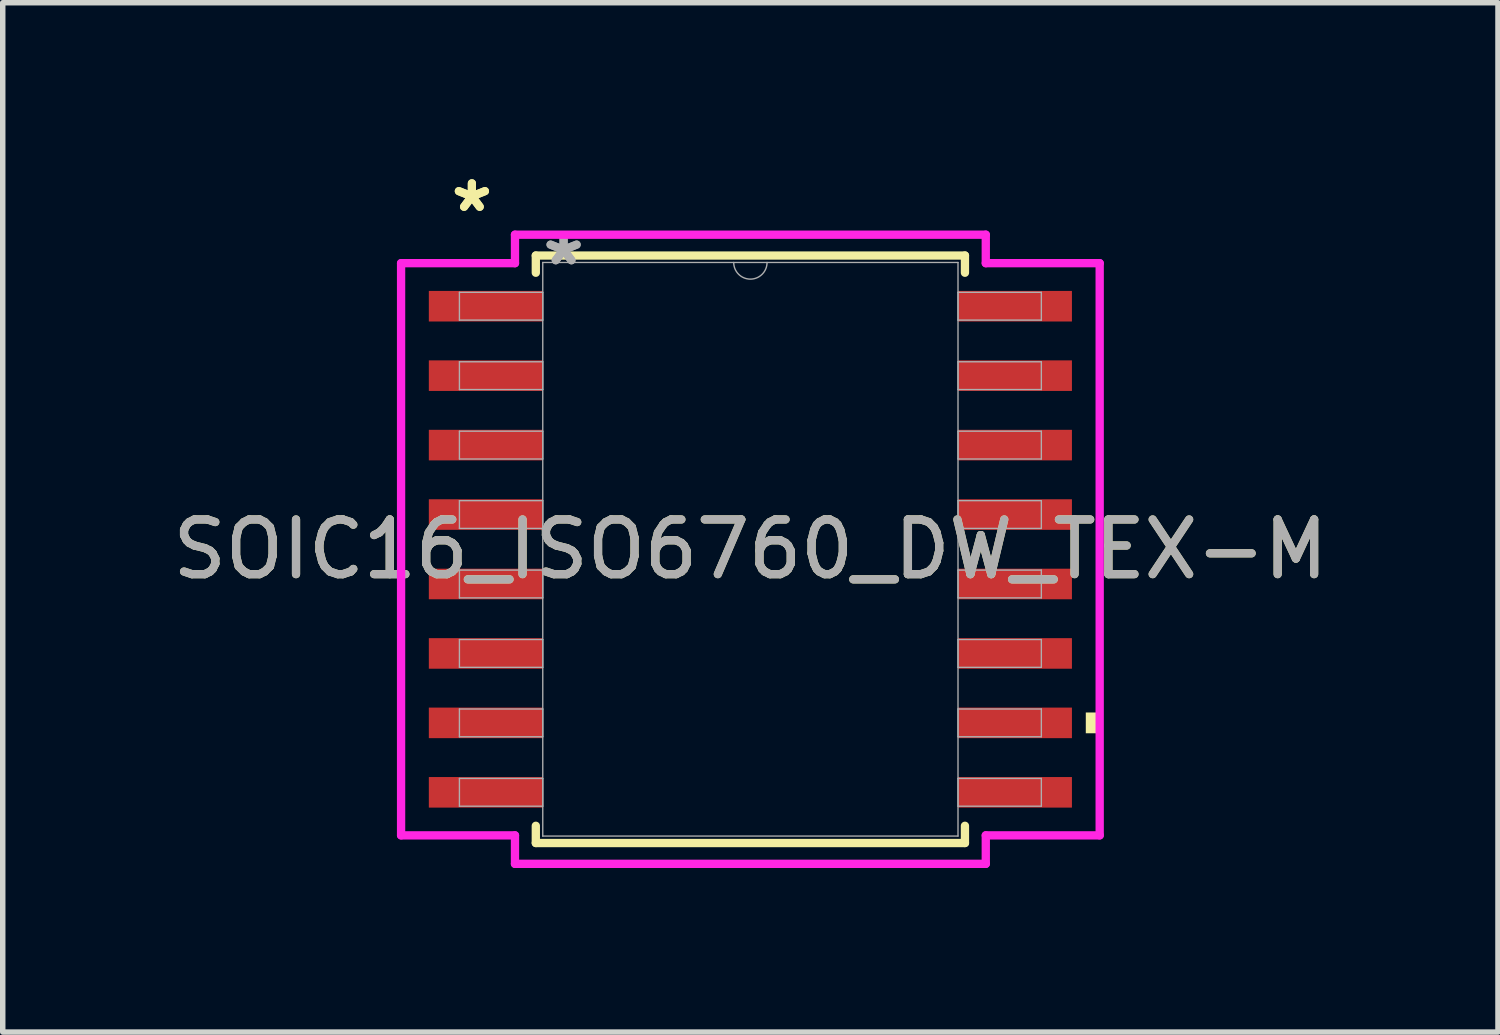
<source format=kicad_pcb>
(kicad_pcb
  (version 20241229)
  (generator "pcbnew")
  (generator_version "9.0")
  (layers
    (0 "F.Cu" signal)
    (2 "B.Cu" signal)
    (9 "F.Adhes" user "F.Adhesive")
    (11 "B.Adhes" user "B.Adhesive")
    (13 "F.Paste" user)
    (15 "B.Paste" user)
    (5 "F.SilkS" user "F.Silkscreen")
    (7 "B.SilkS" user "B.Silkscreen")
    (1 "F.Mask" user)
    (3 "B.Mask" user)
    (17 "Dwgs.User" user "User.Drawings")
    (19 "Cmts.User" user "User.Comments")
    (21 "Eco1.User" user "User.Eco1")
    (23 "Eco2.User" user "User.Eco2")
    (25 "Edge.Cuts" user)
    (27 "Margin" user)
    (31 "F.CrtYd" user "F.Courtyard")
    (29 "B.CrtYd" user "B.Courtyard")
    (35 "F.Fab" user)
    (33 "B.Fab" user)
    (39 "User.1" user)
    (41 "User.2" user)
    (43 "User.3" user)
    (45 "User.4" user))
  (footprint "SOIC16_ISO6760_DW_TEX-M"
    (layer "F.Cu")
    (at 10.673 6.995)
    (property "Reference" "SOIC16_ISO6760_DW_TEX-M" (at 0 0 0) (unlocked yes) (layer "F.SilkS") (effects (font (size 1 1) (thickness 0.15))))
    (attr smd)
    (fp_line (start -3.924 -5.372) (end -3.924 -5.057) (stroke (width 0.152) (type solid)) (layer "F.SilkS"))
    (fp_line (start -3.924 5.057) (end -3.924 5.372) (stroke (width 0.152) (type solid)) (layer "F.SilkS"))
    (fp_line (start -3.924 5.372) (end 3.924 5.372) (stroke (width 0.152) (type solid)) (layer "F.SilkS"))
    (fp_line (start 3.924 -5.372) (end -3.924 -5.372) (stroke (width 0.152) (type solid)) (layer "F.SilkS"))
    (fp_line (start 3.924 -5.057) (end 3.924 -5.372) (stroke (width 0.152) (type solid)) (layer "F.SilkS"))
    (fp_line (start 3.924 5.372) (end 3.924 5.057) (stroke (width 0.152) (type solid)) (layer "F.SilkS"))
    (fp_poly (pts (xy 6.388 2.985) (xy 6.388 3.365) (xy 6.134 3.365) (xy 6.134 2.985)) (stroke (width 0) (type solid)) (fill yes) (layer "F.SilkS"))
    (fp_line (start -6.388 -5.232) (end -4.305 -5.232) (stroke (width 0.152) (type solid)) (layer "F.CrtYd"))
    (fp_line (start -6.388 5.232) (end -6.388 -5.232) (stroke (width 0.152) (type solid)) (layer "F.CrtYd"))
    (fp_line (start -6.388 5.232) (end -4.305 5.232) (stroke (width 0.152) (type solid)) (layer "F.CrtYd"))
    (fp_line (start -4.305 -5.753) (end 4.305 -5.753) (stroke (width 0.152) (type solid)) (layer "F.CrtYd"))
    (fp_line (start -4.305 -5.232) (end -4.305 -5.753) (stroke (width 0.152) (type solid)) (layer "F.CrtYd"))
    (fp_line (start -4.305 5.753) (end -4.305 5.232) (stroke (width 0.152) (type solid)) (layer "F.CrtYd"))
    (fp_line (start 4.305 -5.753) (end 4.305 -5.232) (stroke (width 0.152) (type solid)) (layer "F.CrtYd"))
    (fp_line (start 4.305 5.232) (end 4.305 5.753) (stroke (width 0.152) (type solid)) (layer "F.CrtYd"))
    (fp_line (start 4.305 5.753) (end -4.305 5.753) (stroke (width 0.152) (type solid)) (layer "F.CrtYd"))
    (fp_line (start 6.388 -5.232) (end 4.305 -5.232) (stroke (width 0.152) (type solid)) (layer "F.CrtYd"))
    (fp_line (start 6.388 -5.232) (end 6.388 5.232) (stroke (width 0.152) (type solid)) (layer "F.CrtYd"))
    (fp_line (start 6.388 5.232) (end 4.305 5.232) (stroke (width 0.152) (type solid)) (layer "F.CrtYd"))
    (fp_line (start -5.321 -4.699) (end -5.321 -4.191) (stroke (width 0.025) (type solid)) (layer "F.Fab"))
    (fp_line (start -5.321 -4.191) (end -3.797 -4.191) (stroke (width 0.025) (type solid)) (layer "F.Fab"))
    (fp_line (start -5.321 -3.429) (end -5.321 -2.921) (stroke (width 0.025) (type solid)) (layer "F.Fab"))
    (fp_line (start -5.321 -2.921) (end -3.797 -2.921) (stroke (width 0.025) (type solid)) (layer "F.Fab"))
    (fp_line (start -5.321 -2.159) (end -5.321 -1.651) (stroke (width 0.025) (type solid)) (layer "F.Fab"))
    (fp_line (start -5.321 -1.651) (end -3.797 -1.651) (stroke (width 0.025) (type solid)) (layer "F.Fab"))
    (fp_line (start -5.321 -0.889) (end -5.321 -0.381) (stroke (width 0.025) (type solid)) (layer "F.Fab"))
    (fp_line (start -5.321 -0.381) (end -3.797 -0.381) (stroke (width 0.025) (type solid)) (layer "F.Fab"))
    (fp_line (start -5.321 0.381) (end -5.321 0.889) (stroke (width 0.025) (type solid)) (layer "F.Fab"))
    (fp_line (start -5.321 0.889) (end -3.797 0.889) (stroke (width 0.025) (type solid)) (layer "F.Fab"))
    (fp_line (start -5.321 1.651) (end -5.321 2.159) (stroke (width 0.025) (type solid)) (layer "F.Fab"))
    (fp_line (start -5.321 2.159) (end -3.797 2.159) (stroke (width 0.025) (type solid)) (layer "F.Fab"))
    (fp_line (start -5.321 2.921) (end -5.321 3.429) (stroke (width 0.025) (type solid)) (layer "F.Fab"))
    (fp_line (start -5.321 3.429) (end -3.797 3.429) (stroke (width 0.025) (type solid)) (layer "F.Fab"))
    (fp_line (start -5.321 4.191) (end -5.321 4.699) (stroke (width 0.025) (type solid)) (layer "F.Fab"))
    (fp_line (start -5.321 4.699) (end -3.797 4.699) (stroke (width 0.025) (type solid)) (layer "F.Fab"))
    (fp_line (start -3.797 -5.245) (end -3.797 5.245) (stroke (width 0.025) (type solid)) (layer "F.Fab"))
    (fp_line (start -3.797 -4.699) (end -5.321 -4.699) (stroke (width 0.025) (type solid)) (layer "F.Fab"))
    (fp_line (start -3.797 -4.191) (end -3.797 -4.699) (stroke (width 0.025) (type solid)) (layer "F.Fab"))
    (fp_line (start -3.797 -3.429) (end -5.321 -3.429) (stroke (width 0.025) (type solid)) (layer "F.Fab"))
    (fp_line (start -3.797 -2.921) (end -3.797 -3.429) (stroke (width 0.025) (type solid)) (layer "F.Fab"))
    (fp_line (start -3.797 -2.159) (end -5.321 -2.159) (stroke (width 0.025) (type solid)) (layer "F.Fab"))
    (fp_line (start -3.797 -1.651) (end -3.797 -2.159) (stroke (width 0.025) (type solid)) (layer "F.Fab"))
    (fp_line (start -3.797 -0.889) (end -5.321 -0.889) (stroke (width 0.025) (type solid)) (layer "F.Fab"))
    (fp_line (start -3.797 -0.381) (end -3.797 -0.889) (stroke (width 0.025) (type solid)) (layer "F.Fab"))
    (fp_line (start -3.797 0.381) (end -5.321 0.381) (stroke (width 0.025) (type solid)) (layer "F.Fab"))
    (fp_line (start -3.797 0.889) (end -3.797 0.381) (stroke (width 0.025) (type solid)) (layer "F.Fab"))
    (fp_line (start -3.797 1.651) (end -5.321 1.651) (stroke (width 0.025) (type solid)) (layer "F.Fab"))
    (fp_line (start -3.797 2.159) (end -3.797 1.651) (stroke (width 0.025) (type solid)) (layer "F.Fab"))
    (fp_line (start -3.797 2.921) (end -5.321 2.921) (stroke (width 0.025) (type solid)) (layer "F.Fab"))
    (fp_line (start -3.797 3.429) (end -3.797 2.921) (stroke (width 0.025) (type solid)) (layer "F.Fab"))
    (fp_line (start -3.797 4.191) (end -5.321 4.191) (stroke (width 0.025) (type solid)) (layer "F.Fab"))
    (fp_line (start -3.797 4.699) (end -3.797 4.191) (stroke (width 0.025) (type solid)) (layer "F.Fab"))
    (fp_line (start -3.797 5.245) (end 3.797 5.245) (stroke (width 0.025) (type solid)) (layer "F.Fab"))
    (fp_line (start 3.797 -5.245) (end -3.797 -5.245) (stroke (width 0.025) (type solid)) (layer "F.Fab"))
    (fp_line (start 3.797 -4.699) (end 3.797 -4.191) (stroke (width 0.025) (type solid)) (layer "F.Fab"))
    (fp_line (start 3.797 -4.191) (end 5.321 -4.191) (stroke (width 0.025) (type solid)) (layer "F.Fab"))
    (fp_line (start 3.797 -3.429) (end 3.797 -2.921) (stroke (width 0.025) (type solid)) (layer "F.Fab"))
    (fp_line (start 3.797 -2.921) (end 5.321 -2.921) (stroke (width 0.025) (type solid)) (layer "F.Fab"))
    (fp_line (start 3.797 -2.159) (end 3.797 -1.651) (stroke (width 0.025) (type solid)) (layer "F.Fab"))
    (fp_line (start 3.797 -1.651) (end 5.321 -1.651) (stroke (width 0.025) (type solid)) (layer "F.Fab"))
    (fp_line (start 3.797 -0.889) (end 3.797 -0.381) (stroke (width 0.025) (type solid)) (layer "F.Fab"))
    (fp_line (start 3.797 -0.381) (end 5.321 -0.381) (stroke (width 0.025) (type solid)) (layer "F.Fab"))
    (fp_line (start 3.797 0.381) (end 3.797 0.889) (stroke (width 0.025) (type solid)) (layer "F.Fab"))
    (fp_line (start 3.797 0.889) (end 5.321 0.889) (stroke (width 0.025) (type solid)) (layer "F.Fab"))
    (fp_line (start 3.797 1.651) (end 3.797 2.159) (stroke (width 0.025) (type solid)) (layer "F.Fab"))
    (fp_line (start 3.797 2.159) (end 5.321 2.159) (stroke (width 0.025) (type solid)) (layer "F.Fab"))
    (fp_line (start 3.797 2.921) (end 3.797 3.429) (stroke (width 0.025) (type solid)) (layer "F.Fab"))
    (fp_line (start 3.797 3.429) (end 5.321 3.429) (stroke (width 0.025) (type solid)) (layer "F.Fab"))
    (fp_line (start 3.797 4.191) (end 3.797 4.699) (stroke (width 0.025) (type solid)) (layer "F.Fab"))
    (fp_line (start 3.797 4.699) (end 5.321 4.699) (stroke (width 0.025) (type solid)) (layer "F.Fab"))
    (fp_line (start 3.797 5.245) (end 3.797 -5.245) (stroke (width 0.025) (type solid)) (layer "F.Fab"))
    (fp_line (start 5.321 -4.699) (end 3.797 -4.699) (stroke (width 0.025) (type solid)) (layer "F.Fab"))
    (fp_line (start 5.321 -4.191) (end 5.321 -4.699) (stroke (width 0.025) (type solid)) (layer "F.Fab"))
    (fp_line (start 5.321 -3.429) (end 3.797 -3.429) (stroke (width 0.025) (type solid)) (layer "F.Fab"))
    (fp_line (start 5.321 -2.921) (end 5.321 -3.429) (stroke (width 0.025) (type solid)) (layer "F.Fab"))
    (fp_line (start 5.321 -2.159) (end 3.797 -2.159) (stroke (width 0.025) (type solid)) (layer "F.Fab"))
    (fp_line (start 5.321 -1.651) (end 5.321 -2.159) (stroke (width 0.025) (type solid)) (layer "F.Fab"))
    (fp_line (start 5.321 -0.889) (end 3.797 -0.889) (stroke (width 0.025) (type solid)) (layer "F.Fab"))
    (fp_line (start 5.321 -0.381) (end 5.321 -0.889) (stroke (width 0.025) (type solid)) (layer "F.Fab"))
    (fp_line (start 5.321 0.381) (end 3.797 0.381) (stroke (width 0.025) (type solid)) (layer "F.Fab"))
    (fp_line (start 5.321 0.889) (end 5.321 0.381) (stroke (width 0.025) (type solid)) (layer "F.Fab"))
    (fp_line (start 5.321 1.651) (end 3.797 1.651) (stroke (width 0.025) (type solid)) (layer "F.Fab"))
    (fp_line (start 5.321 2.159) (end 5.321 1.651) (stroke (width 0.025) (type solid)) (layer "F.Fab"))
    (fp_line (start 5.321 2.921) (end 3.797 2.921) (stroke (width 0.025) (type solid)) (layer "F.Fab"))
    (fp_line (start 5.321 3.429) (end 5.321 2.921) (stroke (width 0.025) (type solid)) (layer "F.Fab"))
    (fp_line (start 5.321 4.191) (end 3.797 4.191) (stroke (width 0.025) (type solid)) (layer "F.Fab"))
    (fp_line (start 5.321 4.699) (end 5.321 4.191) (stroke (width 0.025) (type solid)) (layer "F.Fab"))
    (fp_arc (start 0.3048 -5.2451) (mid 0 -4.9403) (end -0.3048 -5.2451) (stroke (width 0.0254) (type solid)) (layer "F.Fab"))
    (fp_text user "*" (at -5.093 -6.147 0) (unlocked yes) (layer "F.SilkS") (effects (font (size 1 1) (thickness 0.15))))
    (fp_text user "*" (at -5.093 -6.147 0) (layer "F.SilkS") (effects (font (size 1 1) (thickness 0.15))))
    (fp_text user "${REFERENCE}" (at 0 0 0) (unlocked yes) (layer "F.Fab") (effects (font (size 1 1) (thickness 0.15))))
    (fp_text user "*" (at -3.416 -5.169 0) (layer "F.Fab") (effects (font (size 1 1) (thickness 0.15))))
    (fp_text user "*" (at -3.416 -5.169 0) (unlocked yes) (layer "F.Fab") (effects (font (size 1 1) (thickness 0.15))))
    (pad "1" smd rect (at -4.839 -4.445) (size 2.083 0.559) (layers "F.Cu" "F.Mask" "F.Paste"))
    (pad "2" smd rect (at -4.839 -3.175) (size 2.083 0.559) (layers "F.Cu" "F.Mask" "F.Paste"))
    (pad "3" smd rect (at -4.839 -1.905) (size 2.083 0.559) (layers "F.Cu" "F.Mask" "F.Paste"))
    (pad "4" smd rect (at -4.839 -0.635) (size 2.083 0.559) (layers "F.Cu" "F.Mask" "F.Paste"))
    (pad "5" smd rect (at -4.839 0.635) (size 2.083 0.559) (layers "F.Cu" "F.Mask" "F.Paste"))
    (pad "6" smd rect (at -4.839 1.905) (size 2.083 0.559) (layers "F.Cu" "F.Mask" "F.Paste"))
    (pad "7" smd rect (at -4.839 3.175) (size 2.083 0.559) (layers "F.Cu" "F.Mask" "F.Paste"))
    (pad "8" smd rect (at -4.839 4.445) (size 2.083 0.559) (layers "F.Cu" "F.Mask" "F.Paste"))
    (pad "9" smd rect (at 4.839 4.445) (size 2.083 0.559) (layers "F.Cu" "F.Mask" "F.Paste"))
    (pad "10" smd rect (at 4.839 3.175) (size 2.083 0.559) (layers "F.Cu" "F.Mask" "F.Paste"))
    (pad "11" smd rect (at 4.839 1.905) (size 2.083 0.559) (layers "F.Cu" "F.Mask" "F.Paste"))
    (pad "12" smd rect (at 4.839 0.635) (size 2.083 0.559) (layers "F.Cu" "F.Mask" "F.Paste"))
    (pad "13" smd rect (at 4.839 -0.635) (size 2.083 0.559) (layers "F.Cu" "F.Mask" "F.Paste"))
    (pad "14" smd rect (at 4.839 -1.905) (size 2.083 0.559) (layers "F.Cu" "F.Mask" "F.Paste"))
    (pad "15" smd rect (at 4.839 -3.175) (size 2.083 0.559) (layers "F.Cu" "F.Mask" "F.Paste"))
    (pad "16" smd rect (at 4.839 -4.445) (size 2.083 0.559) (layers "F.Cu" "F.Mask" "F.Paste")))
  (gr_rect
    (start -3 -3)
    (end 24.345 15.824)
    (stroke (width 0.1) (type default))
    (fill no)
    (layer "Edge.Cuts")))
</source>
